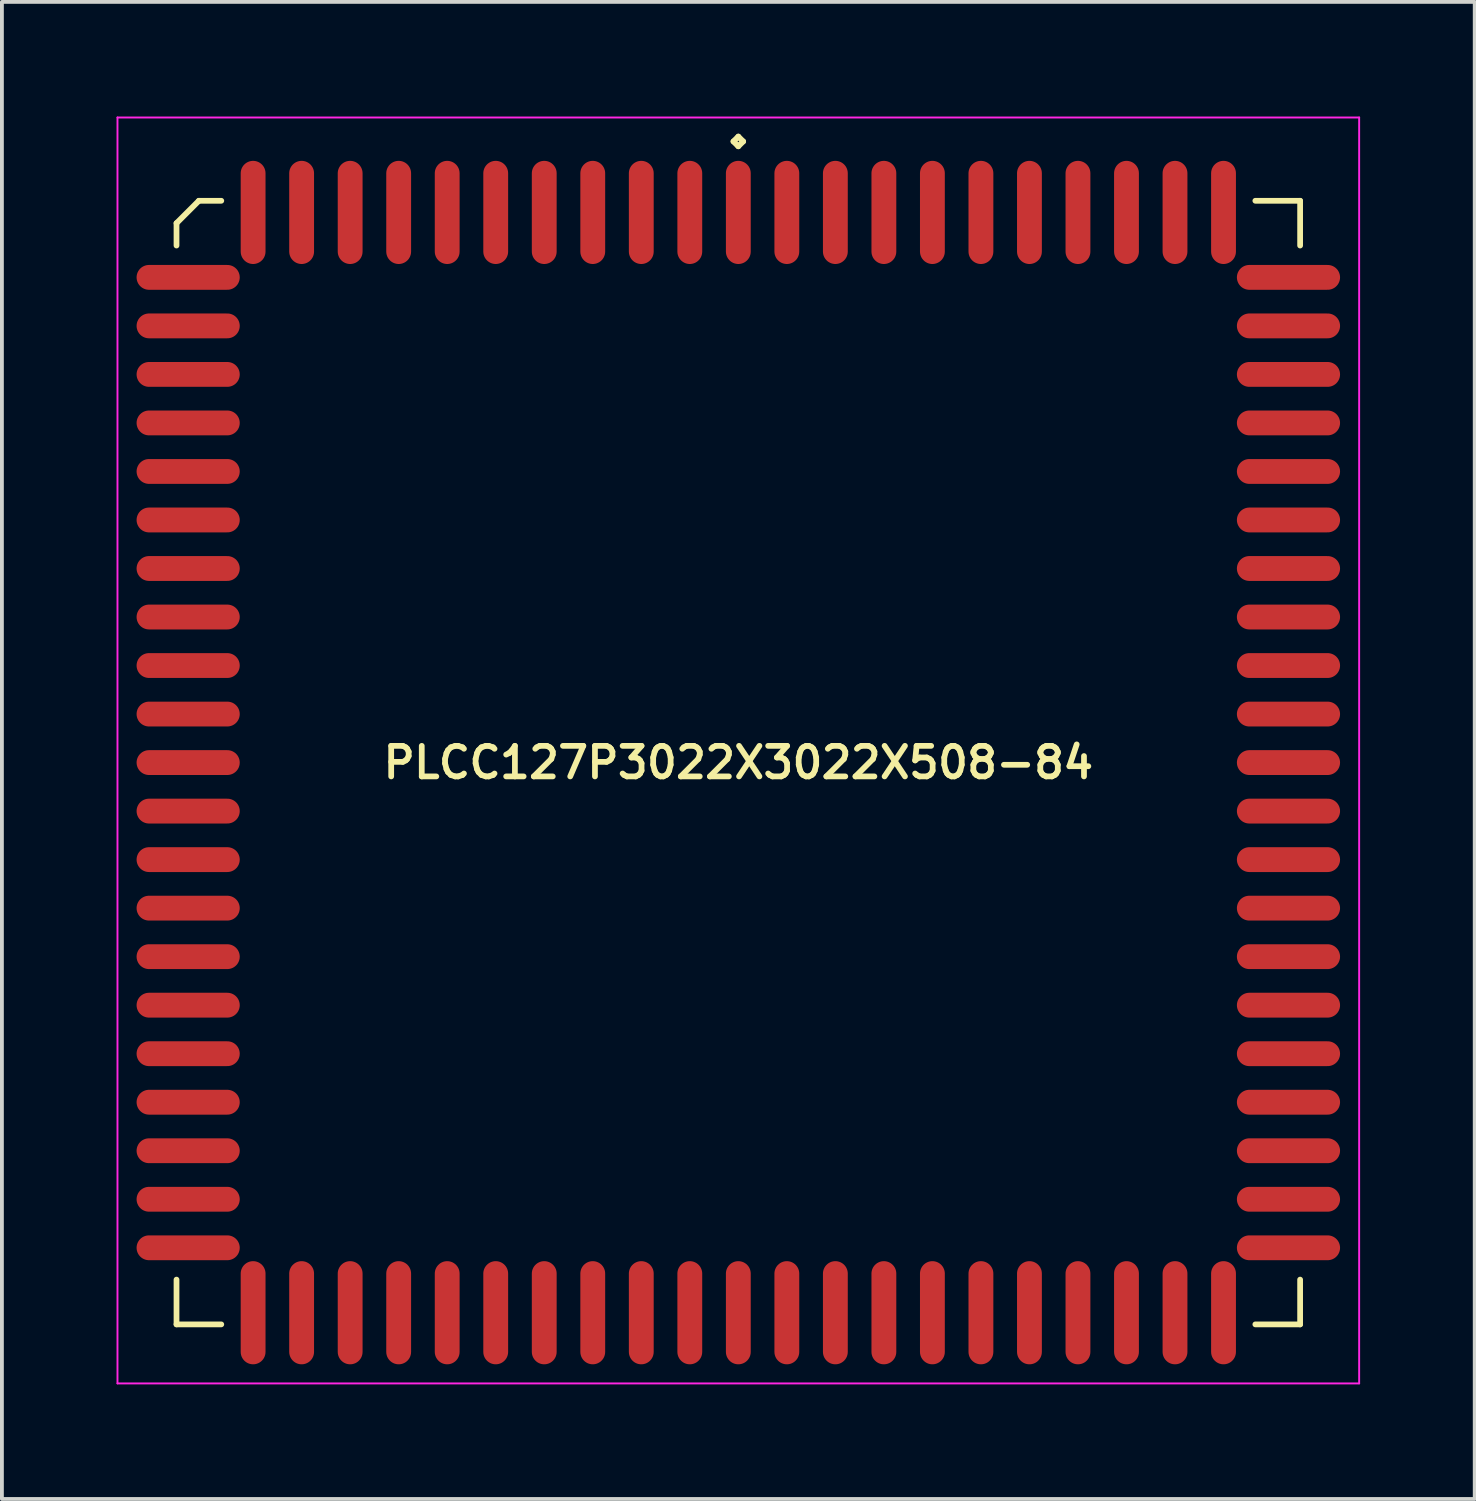
<source format=kicad_pcb>
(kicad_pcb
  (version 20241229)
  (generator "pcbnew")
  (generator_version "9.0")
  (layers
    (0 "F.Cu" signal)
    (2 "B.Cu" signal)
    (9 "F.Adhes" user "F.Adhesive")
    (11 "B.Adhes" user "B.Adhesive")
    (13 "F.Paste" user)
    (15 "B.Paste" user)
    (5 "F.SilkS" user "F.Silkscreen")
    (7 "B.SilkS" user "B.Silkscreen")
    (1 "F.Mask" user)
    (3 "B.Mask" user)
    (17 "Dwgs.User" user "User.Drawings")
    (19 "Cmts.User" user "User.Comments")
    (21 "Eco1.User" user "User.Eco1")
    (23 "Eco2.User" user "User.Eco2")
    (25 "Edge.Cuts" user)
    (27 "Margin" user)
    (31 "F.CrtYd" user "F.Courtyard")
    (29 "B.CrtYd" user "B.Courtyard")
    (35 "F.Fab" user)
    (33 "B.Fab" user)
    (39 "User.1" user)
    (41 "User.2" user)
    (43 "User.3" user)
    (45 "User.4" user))
  (footprint "PLCC127P3022X3022X508-84"
    (layer "F.Cu")
    (at 16.275 16.91)
    (property "Reference" "PLCC127P3022X3022X508-84" (at 0 0 0) (layer "F.SilkS") (effects (font (size 0.8 0.8) (thickness 0.15))))
    (attr smd)
    (fp_line (start -14.705 -14.119) (end -14.119 -14.705) (stroke (width 0.15) (type solid)) (layer "F.SilkS"))
    (fp_line (start -14.705 -13.533) (end -14.705 -14.119) (stroke (width 0.15) (type solid)) (layer "F.SilkS"))
    (fp_line (start -14.705 13.533) (end -14.705 14.705) (stroke (width 0.15) (type solid)) (layer "F.SilkS"))
    (fp_line (start -14.705 14.705) (end -13.533 14.705) (stroke (width 0.15) (type solid)) (layer "F.SilkS"))
    (fp_line (start -14.119 -14.705) (end -13.533 -14.705) (stroke (width 0.15) (type solid)) (layer "F.SilkS"))
    (fp_line (start -0.127 -16.258) (end 0 -16.385) (stroke (width 0.15) (type solid)) (layer "F.SilkS"))
    (fp_line (start 0 -16.385) (end 0.127 -16.258) (stroke (width 0.15) (type solid)) (layer "F.SilkS"))
    (fp_line (start 0 -16.131) (end -0.127 -16.258) (stroke (width 0.15) (type solid)) (layer "F.SilkS"))
    (fp_line (start 0.127 -16.258) (end 0 -16.131) (stroke (width 0.15) (type solid)) (layer "F.SilkS"))
    (fp_line (start 14.705 -14.705) (end 13.533 -14.705) (stroke (width 0.15) (type solid)) (layer "F.SilkS"))
    (fp_line (start 14.705 -13.533) (end 14.705 -14.705) (stroke (width 0.15) (type solid)) (layer "F.SilkS"))
    (fp_line (start 14.705 13.533) (end 14.705 14.705) (stroke (width 0.15) (type solid)) (layer "F.SilkS"))
    (fp_line (start 14.705 14.705) (end 13.533 14.705) (stroke (width 0.15) (type solid)) (layer "F.SilkS"))
    (fp_line (start -16.25 -16.885) (end 16.25 -16.885) (stroke (width 0.05) (type solid)) (layer "F.CrtYd"))
    (fp_line (start -16.25 16.25) (end -16.25 -16.885) (stroke (width 0.05) (type solid)) (layer "F.CrtYd"))
    (fp_line (start 16.25 -16.885) (end 16.25 16.25) (stroke (width 0.05) (type solid)) (layer "F.CrtYd"))
    (fp_line (start 16.25 16.25) (end -16.25 16.25) (stroke (width 0.05) (type solid)) (layer "F.CrtYd"))
    (pad "1" smd oval (at 0 -14.4) (size 0.65 2.7) (layers "F.Cu" "F.Mask" "F.Paste"))
    (pad "2" smd oval (at -1.27 -14.4) (size 0.65 2.7) (layers "F.Cu" "F.Mask" "F.Paste"))
    (pad "3" smd oval (at -2.54 -14.4) (size 0.65 2.7) (layers "F.Cu" "F.Mask" "F.Paste"))
    (pad "4" smd oval (at -3.81 -14.4) (size 0.65 2.7) (layers "F.Cu" "F.Mask" "F.Paste"))
    (pad "5" smd oval (at -5.08 -14.4) (size 0.65 2.7) (layers "F.Cu" "F.Mask" "F.Paste"))
    (pad "6" smd oval (at -6.35 -14.4) (size 0.65 2.7) (layers "F.Cu" "F.Mask" "F.Paste"))
    (pad "7" smd oval (at -7.62 -14.4) (size 0.65 2.7) (layers "F.Cu" "F.Mask" "F.Paste"))
    (pad "8" smd oval (at -8.89 -14.4) (size 0.65 2.7) (layers "F.Cu" "F.Mask" "F.Paste"))
    (pad "9" smd oval (at -10.16 -14.4) (size 0.65 2.7) (layers "F.Cu" "F.Mask" "F.Paste"))
    (pad "10" smd oval (at -11.43 -14.4) (size 0.65 2.7) (layers "F.Cu" "F.Mask" "F.Paste"))
    (pad "11" smd oval (at -12.7 -14.4) (size 0.65 2.7) (layers "F.Cu" "F.Mask" "F.Paste"))
    (pad "12" smd oval (at -14.4 -12.7) (size 2.7 0.65) (layers "F.Cu" "F.Mask" "F.Paste"))
    (pad "13" smd oval (at -14.4 -11.43) (size 2.7 0.65) (layers "F.Cu" "F.Mask" "F.Paste"))
    (pad "14" smd oval (at -14.4 -10.16) (size 2.7 0.65) (layers "F.Cu" "F.Mask" "F.Paste"))
    (pad "15" smd oval (at -14.4 -8.89) (size 2.7 0.65) (layers "F.Cu" "F.Mask" "F.Paste"))
    (pad "16" smd oval (at -14.4 -7.62) (size 2.7 0.65) (layers "F.Cu" "F.Mask" "F.Paste"))
    (pad "17" smd oval (at -14.4 -6.35) (size 2.7 0.65) (layers "F.Cu" "F.Mask" "F.Paste"))
    (pad "18" smd oval (at -14.4 -5.08) (size 2.7 0.65) (layers "F.Cu" "F.Mask" "F.Paste"))
    (pad "19" smd oval (at -14.4 -3.81) (size 2.7 0.65) (layers "F.Cu" "F.Mask" "F.Paste"))
    (pad "20" smd oval (at -14.4 -2.54) (size 2.7 0.65) (layers "F.Cu" "F.Mask" "F.Paste"))
    (pad "21" smd oval (at -14.4 -1.27) (size 2.7 0.65) (layers "F.Cu" "F.Mask" "F.Paste"))
    (pad "22" smd oval (at -14.4 0) (size 2.7 0.65) (layers "F.Cu" "F.Mask" "F.Paste"))
    (pad "23" smd oval (at -14.4 1.27) (size 2.7 0.65) (layers "F.Cu" "F.Mask" "F.Paste"))
    (pad "24" smd oval (at -14.4 2.54) (size 2.7 0.65) (layers "F.Cu" "F.Mask" "F.Paste"))
    (pad "25" smd oval (at -14.4 3.81) (size 2.7 0.65) (layers "F.Cu" "F.Mask" "F.Paste"))
    (pad "26" smd oval (at -14.4 5.08) (size 2.7 0.65) (layers "F.Cu" "F.Mask" "F.Paste"))
    (pad "27" smd oval (at -14.4 6.35) (size 2.7 0.65) (layers "F.Cu" "F.Mask" "F.Paste"))
    (pad "28" smd oval (at -14.4 7.62) (size 2.7 0.65) (layers "F.Cu" "F.Mask" "F.Paste"))
    (pad "29" smd oval (at -14.4 8.89) (size 2.7 0.65) (layers "F.Cu" "F.Mask" "F.Paste"))
    (pad "30" smd oval (at -14.4 10.16) (size 2.7 0.65) (layers "F.Cu" "F.Mask" "F.Paste"))
    (pad "31" smd oval (at -14.4 11.43) (size 2.7 0.65) (layers "F.Cu" "F.Mask" "F.Paste"))
    (pad "32" smd oval (at -14.4 12.7) (size 2.7 0.65) (layers "F.Cu" "F.Mask" "F.Paste"))
    (pad "33" smd oval (at -12.7 14.4) (size 0.65 2.7) (layers "F.Cu" "F.Mask" "F.Paste"))
    (pad "34" smd oval (at -11.43 14.4) (size 0.65 2.7) (layers "F.Cu" "F.Mask" "F.Paste"))
    (pad "35" smd oval (at -10.16 14.4) (size 0.65 2.7) (layers "F.Cu" "F.Mask" "F.Paste"))
    (pad "36" smd oval (at -8.89 14.4) (size 0.65 2.7) (layers "F.Cu" "F.Mask" "F.Paste"))
    (pad "37" smd oval (at -7.62 14.4) (size 0.65 2.7) (layers "F.Cu" "F.Mask" "F.Paste"))
    (pad "38" smd oval (at -6.35 14.4) (size 0.65 2.7) (layers "F.Cu" "F.Mask" "F.Paste"))
    (pad "39" smd oval (at -5.08 14.4) (size 0.65 2.7) (layers "F.Cu" "F.Mask" "F.Paste"))
    (pad "40" smd oval (at -3.81 14.4) (size 0.65 2.7) (layers "F.Cu" "F.Mask" "F.Paste"))
    (pad "41" smd oval (at -2.54 14.4) (size 0.65 2.7) (layers "F.Cu" "F.Mask" "F.Paste"))
    (pad "42" smd oval (at -1.27 14.4) (size 0.65 2.7) (layers "F.Cu" "F.Mask" "F.Paste"))
    (pad "43" smd oval (at 0 14.4) (size 0.65 2.7) (layers "F.Cu" "F.Mask" "F.Paste"))
    (pad "44" smd oval (at 1.27 14.4) (size 0.65 2.7) (layers "F.Cu" "F.Mask" "F.Paste"))
    (pad "45" smd oval (at 2.54 14.4) (size 0.65 2.7) (layers "F.Cu" "F.Mask" "F.Paste"))
    (pad "46" smd oval (at 3.81 14.4) (size 0.65 2.7) (layers "F.Cu" "F.Mask" "F.Paste"))
    (pad "47" smd oval (at 5.08 14.4) (size 0.65 2.7) (layers "F.Cu" "F.Mask" "F.Paste"))
    (pad "48" smd oval (at 6.35 14.4) (size 0.65 2.7) (layers "F.Cu" "F.Mask" "F.Paste"))
    (pad "49" smd oval (at 7.62 14.4) (size 0.65 2.7) (layers "F.Cu" "F.Mask" "F.Paste"))
    (pad "50" smd oval (at 8.89 14.4) (size 0.65 2.7) (layers "F.Cu" "F.Mask" "F.Paste"))
    (pad "51" smd oval (at 10.16 14.4) (size 0.65 2.7) (layers "F.Cu" "F.Mask" "F.Paste"))
    (pad "52" smd oval (at 11.43 14.4) (size 0.65 2.7) (layers "F.Cu" "F.Mask" "F.Paste"))
    (pad "53" smd oval (at 12.7 14.4) (size 0.65 2.7) (layers "F.Cu" "F.Mask" "F.Paste"))
    (pad "54" smd oval (at 14.4 12.7) (size 2.7 0.65) (layers "F.Cu" "F.Mask" "F.Paste"))
    (pad "55" smd oval (at 14.4 11.43) (size 2.7 0.65) (layers "F.Cu" "F.Mask" "F.Paste"))
    (pad "56" smd oval (at 14.4 10.16) (size 2.7 0.65) (layers "F.Cu" "F.Mask" "F.Paste"))
    (pad "57" smd oval (at 14.4 8.89) (size 2.7 0.65) (layers "F.Cu" "F.Mask" "F.Paste"))
    (pad "58" smd oval (at 14.4 7.62) (size 2.7 0.65) (layers "F.Cu" "F.Mask" "F.Paste"))
    (pad "59" smd oval (at 14.4 6.35) (size 2.7 0.65) (layers "F.Cu" "F.Mask" "F.Paste"))
    (pad "60" smd oval (at 14.4 5.08) (size 2.7 0.65) (layers "F.Cu" "F.Mask" "F.Paste"))
    (pad "61" smd oval (at 14.4 3.81) (size 2.7 0.65) (layers "F.Cu" "F.Mask" "F.Paste"))
    (pad "62" smd oval (at 14.4 2.54) (size 2.7 0.65) (layers "F.Cu" "F.Mask" "F.Paste"))
    (pad "63" smd oval (at 14.4 1.27) (size 2.7 0.65) (layers "F.Cu" "F.Mask" "F.Paste"))
    (pad "64" smd oval (at 14.4 0) (size 2.7 0.65) (layers "F.Cu" "F.Mask" "F.Paste"))
    (pad "65" smd oval (at 14.4 -1.27) (size 2.7 0.65) (layers "F.Cu" "F.Mask" "F.Paste"))
    (pad "66" smd oval (at 14.4 -2.54) (size 2.7 0.65) (layers "F.Cu" "F.Mask" "F.Paste"))
    (pad "67" smd oval (at 14.4 -3.81) (size 2.7 0.65) (layers "F.Cu" "F.Mask" "F.Paste"))
    (pad "68" smd oval (at 14.4 -5.08) (size 2.7 0.65) (layers "F.Cu" "F.Mask" "F.Paste"))
    (pad "69" smd oval (at 14.4 -6.35) (size 2.7 0.65) (layers "F.Cu" "F.Mask" "F.Paste"))
    (pad "70" smd oval (at 14.4 -7.62) (size 2.7 0.65) (layers "F.Cu" "F.Mask" "F.Paste"))
    (pad "71" smd oval (at 14.4 -8.89) (size 2.7 0.65) (layers "F.Cu" "F.Mask" "F.Paste"))
    (pad "72" smd oval (at 14.4 -10.16) (size 2.7 0.65) (layers "F.Cu" "F.Mask" "F.Paste"))
    (pad "73" smd oval (at 14.4 -11.43) (size 2.7 0.65) (layers "F.Cu" "F.Mask" "F.Paste"))
    (pad "74" smd oval (at 14.4 -12.7) (size 2.7 0.65) (layers "F.Cu" "F.Mask" "F.Paste"))
    (pad "75" smd oval (at 12.7 -14.4) (size 0.65 2.7) (layers "F.Cu" "F.Mask" "F.Paste"))
    (pad "76" smd oval (at 11.43 -14.4) (size 0.65 2.7) (layers "F.Cu" "F.Mask" "F.Paste"))
    (pad "77" smd oval (at 10.16 -14.4) (size 0.65 2.7) (layers "F.Cu" "F.Mask" "F.Paste"))
    (pad "78" smd oval (at 8.89 -14.4) (size 0.65 2.7) (layers "F.Cu" "F.Mask" "F.Paste"))
    (pad "79" smd oval (at 7.62 -14.4) (size 0.65 2.7) (layers "F.Cu" "F.Mask" "F.Paste"))
    (pad "80" smd oval (at 6.35 -14.4) (size 0.65 2.7) (layers "F.Cu" "F.Mask" "F.Paste"))
    (pad "81" smd oval (at 5.08 -14.4) (size 0.65 2.7) (layers "F.Cu" "F.Mask" "F.Paste"))
    (pad "82" smd oval (at 3.81 -14.4) (size 0.65 2.7) (layers "F.Cu" "F.Mask" "F.Paste"))
    (pad "83" smd oval (at 2.54 -14.4) (size 0.65 2.7) (layers "F.Cu" "F.Mask" "F.Paste"))
    (pad "84" smd oval (at 1.27 -14.4) (size 0.65 2.7) (layers "F.Cu" "F.Mask" "F.Paste")))
  (gr_rect
    (start -3 -3)
    (end 35.55 36.185)
    (stroke (width 0.1) (type default))
    (fill no)
    (layer "Edge.Cuts")))
</source>
